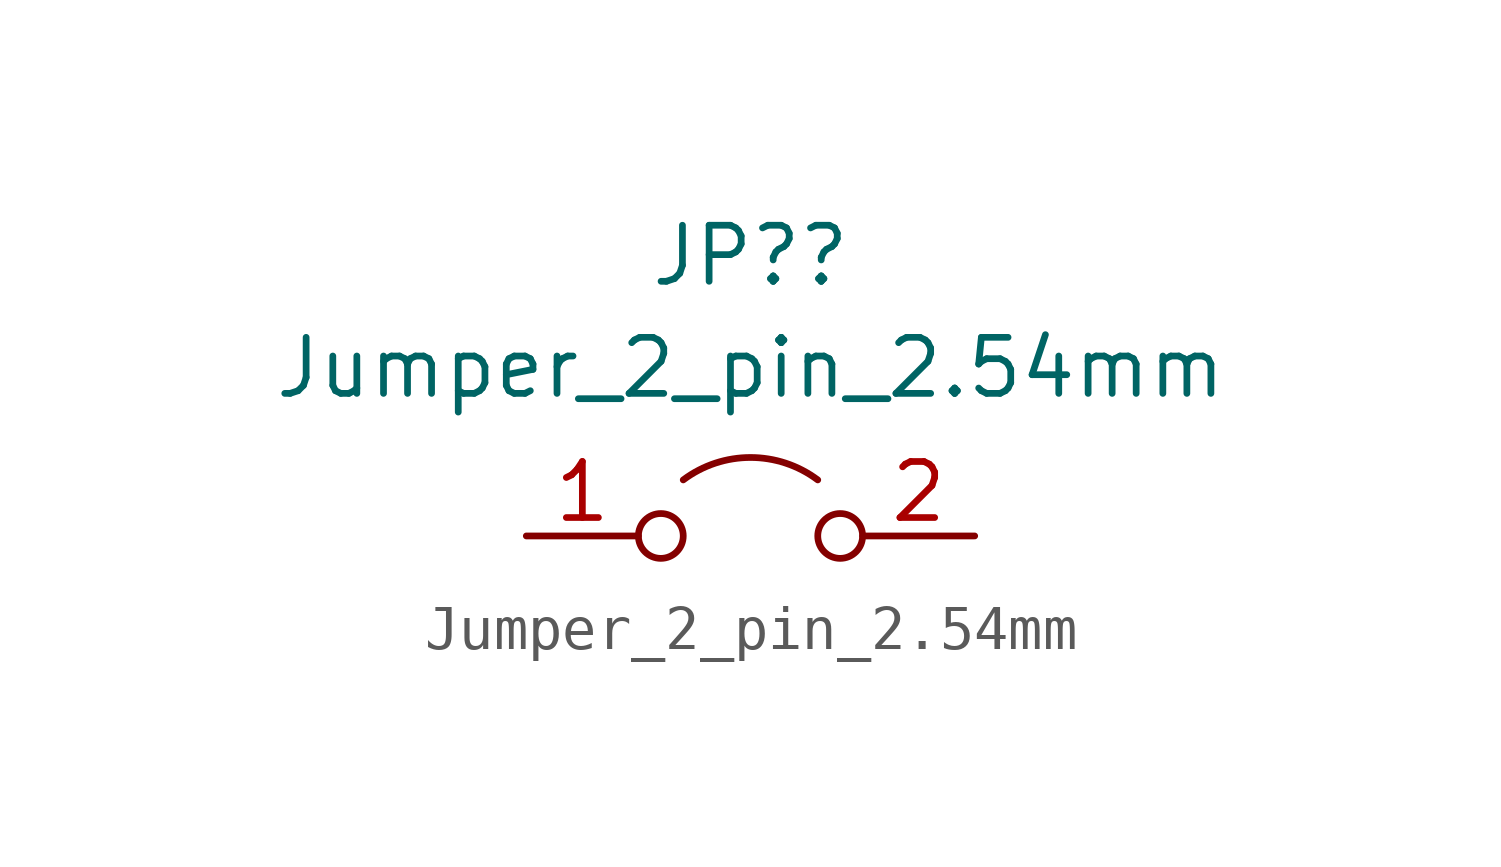
<source format=kicad_sym>
(kicad_symbol_lib
  (version 20220914)
  (generator kicad_symbol_editor)
  (symbol "Jumper_2_pin_2.54mm"
    (pin_names
      (offset 0) hide)
    (property "Reference" "JP?"
      (at 0 6.35 0)
      (effects (font (size 1.27 1.27))))
    (property "Value" "Jumper_2_pin_2.54mm"
      (at 0 3.81 0)
      (effects (font (size 1.27 1.27))))
    (symbol "Jumper_2_pin_2.54mm_0_0"
      (circle (center -2.032 0) (radius 0.508) (stroke (width 0) (type default)) (fill (type none)))
      (circle (center 2.032 0) (radius 0.508) (stroke (width 0) (type default)) (fill (type none))))
    (symbol "Jumper_2_pin_2.54mm_0_1"
      (arc (start 1.524 1.27) (mid 0 1.778) (end -1.524 1.27) (stroke (width 0) (type default)) (fill (type none))))
    (symbol "Jumper_2_pin_2.54mm_1_1"
      (pin passive line (at -5.08 0 0) (length 2.54) (name "A" (effects (font (size 1.27 1.27)))) (number "1" (effects (font (size 1.27 1.27)))))
      (pin passive line (at 5.08 0 180) (length 2.54) (name "B" (effects (font (size 1.27 1.27)))) (number "2" (effects (font (size 1.27 1.27))))))))
</source>
